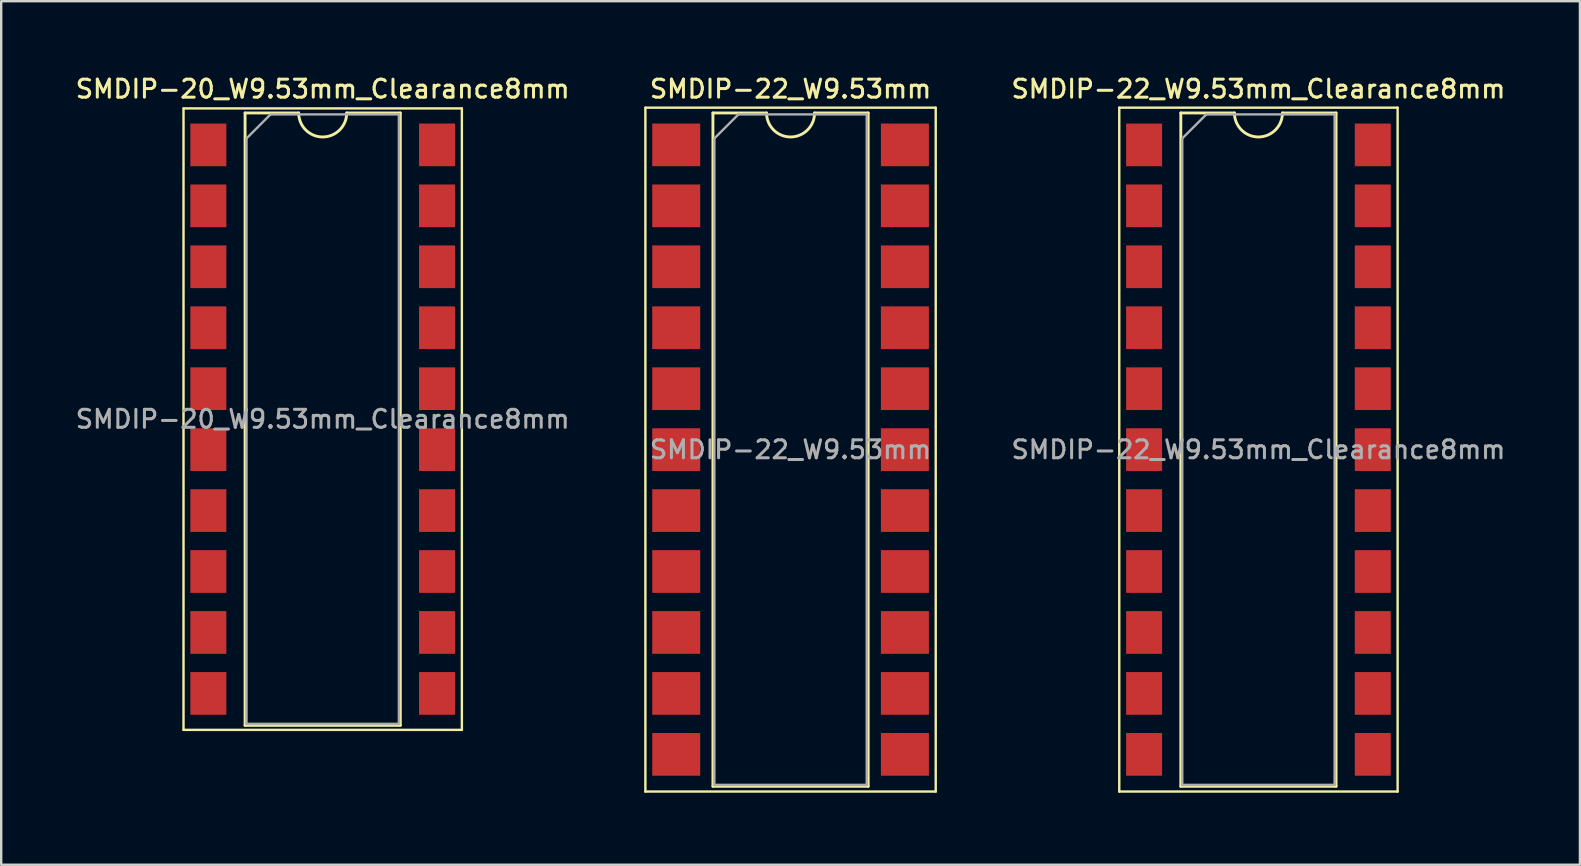
<source format=kicad_pcb>
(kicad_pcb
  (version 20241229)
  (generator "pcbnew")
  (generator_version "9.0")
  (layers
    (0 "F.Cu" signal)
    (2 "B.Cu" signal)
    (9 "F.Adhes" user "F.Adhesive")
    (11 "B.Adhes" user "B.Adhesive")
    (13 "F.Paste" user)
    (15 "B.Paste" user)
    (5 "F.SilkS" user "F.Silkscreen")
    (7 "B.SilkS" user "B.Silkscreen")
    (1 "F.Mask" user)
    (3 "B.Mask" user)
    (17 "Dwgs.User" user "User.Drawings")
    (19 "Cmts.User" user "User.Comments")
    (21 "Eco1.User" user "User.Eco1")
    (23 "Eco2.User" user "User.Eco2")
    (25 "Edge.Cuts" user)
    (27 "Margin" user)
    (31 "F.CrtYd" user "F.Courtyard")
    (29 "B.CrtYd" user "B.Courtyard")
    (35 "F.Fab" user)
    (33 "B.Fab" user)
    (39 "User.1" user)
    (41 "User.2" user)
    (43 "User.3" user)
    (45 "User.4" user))
  (footprint "SMDIP-22_W9.53mm_Clearance8mm"
    (layer "F.Cu")
    (at 49.395 15.688)
    (property "Reference" "SMDIP-22_W9.53mm_Clearance8mm" (at 0 -15.03 0) (layer "F.SilkS") (effects (font (size 0.75 0.75) (thickness 0.125))))
    (attr smd)
    (fp_line (start -5.8 -14.25) (end -5.8 14.25) (stroke (width 0.1) (type solid)) (layer "F.SilkS"))
    (fp_line (start -5.8 14.25) (end 5.8 14.25) (stroke (width 0.1) (type solid)) (layer "F.SilkS"))
    (fp_line (start -3.235 -14.03) (end -3.235 14.03) (stroke (width 0.12) (type solid)) (layer "F.SilkS"))
    (fp_line (start -3.235 14.03) (end 3.235 14.03) (stroke (width 0.12) (type solid)) (layer "F.SilkS"))
    (fp_line (start -1 -14.03) (end -3.235 -14.03) (stroke (width 0.12) (type solid)) (layer "F.SilkS"))
    (fp_line (start 3.235 -14.03) (end 1 -14.03) (stroke (width 0.12) (type solid)) (layer "F.SilkS"))
    (fp_line (start 3.235 14.03) (end 3.235 -14.03) (stroke (width 0.12) (type solid)) (layer "F.SilkS"))
    (fp_line (start 5.8 -14.25) (end -5.8 -14.25) (stroke (width 0.1) (type solid)) (layer "F.SilkS"))
    (fp_line (start 5.8 14.25) (end 5.8 -14.25) (stroke (width 0.1) (type solid)) (layer "F.SilkS"))
    (fp_arc (start 1 -14.03) (mid 0 -13.03) (end -1 -14.03) (stroke (width 0.12) (type solid)) (layer "F.SilkS"))
    (fp_line (start -3.175 -12.97) (end -2.175 -13.97) (stroke (width 0.1) (type solid)) (layer "F.Fab"))
    (fp_line (start -3.175 13.97) (end -3.175 -12.97) (stroke (width 0.1) (type solid)) (layer "F.Fab"))
    (fp_line (start -2.175 -13.97) (end 3.175 -13.97) (stroke (width 0.1) (type solid)) (layer "F.Fab"))
    (fp_line (start 3.175 -13.97) (end 3.175 13.97) (stroke (width 0.1) (type solid)) (layer "F.Fab"))
    (fp_line (start 3.175 13.97) (end -3.175 13.97) (stroke (width 0.1) (type solid)) (layer "F.Fab"))
    (fp_text user "${REFERENCE}" (at 0 0 0) (layer "F.Fab") (effects (font (size 0.75 0.75) (thickness 0.125))))
    (pad "1" smd rect (at -4.765 -12.7) (size 1.5 1.78) (layers "F.Cu" "F.Mask" "F.Paste"))
    (pad "2" smd rect (at -4.765 -10.16) (size 1.5 1.78) (layers "F.Cu" "F.Mask" "F.Paste"))
    (pad "3" smd rect (at -4.765 -7.62) (size 1.5 1.78) (layers "F.Cu" "F.Mask" "F.Paste"))
    (pad "4" smd rect (at -4.765 -5.08) (size 1.5 1.78) (layers "F.Cu" "F.Mask" "F.Paste"))
    (pad "5" smd rect (at -4.765 -2.54) (size 1.5 1.78) (layers "F.Cu" "F.Mask" "F.Paste"))
    (pad "6" smd rect (at -4.765 0) (size 1.5 1.78) (layers "F.Cu" "F.Mask" "F.Paste"))
    (pad "7" smd rect (at -4.765 2.54) (size 1.5 1.78) (layers "F.Cu" "F.Mask" "F.Paste"))
    (pad "8" smd rect (at -4.765 5.08) (size 1.5 1.78) (layers "F.Cu" "F.Mask" "F.Paste"))
    (pad "9" smd rect (at -4.765 7.62) (size 1.5 1.78) (layers "F.Cu" "F.Mask" "F.Paste"))
    (pad "10" smd rect (at -4.765 10.16) (size 1.5 1.78) (layers "F.Cu" "F.Mask" "F.Paste"))
    (pad "11" smd rect (at -4.765 12.7) (size 1.5 1.78) (layers "F.Cu" "F.Mask" "F.Paste"))
    (pad "12" smd rect (at 4.765 12.7) (size 1.5 1.78) (layers "F.Cu" "F.Mask" "F.Paste"))
    (pad "13" smd rect (at 4.765 10.16) (size 1.5 1.78) (layers "F.Cu" "F.Mask" "F.Paste"))
    (pad "14" smd rect (at 4.765 7.62) (size 1.5 1.78) (layers "F.Cu" "F.Mask" "F.Paste"))
    (pad "15" smd rect (at 4.765 5.08) (size 1.5 1.78) (layers "F.Cu" "F.Mask" "F.Paste"))
    (pad "16" smd rect (at 4.765 2.54) (size 1.5 1.78) (layers "F.Cu" "F.Mask" "F.Paste"))
    (pad "17" smd rect (at 4.765 0) (size 1.5 1.78) (layers "F.Cu" "F.Mask" "F.Paste"))
    (pad "18" smd rect (at 4.765 -2.54) (size 1.5 1.78) (layers "F.Cu" "F.Mask" "F.Paste"))
    (pad "19" smd rect (at 4.765 -5.08) (size 1.5 1.78) (layers "F.Cu" "F.Mask" "F.Paste"))
    (pad "20" smd rect (at 4.765 -7.62) (size 1.5 1.78) (layers "F.Cu" "F.Mask" "F.Paste"))
    (pad "21" smd rect (at 4.765 -10.16) (size 1.5 1.78) (layers "F.Cu" "F.Mask" "F.Paste"))
    (pad "22" smd rect (at 4.765 -12.7) (size 1.5 1.78) (layers "F.Cu" "F.Mask" "F.Paste")))
  (footprint "SMDIP-20_W9.53mm_Clearance8mm"
    (layer "F.Cu")
    (at 10.398 14.418)
    (property "Reference" "SMDIP-20_W9.53mm_Clearance8mm" (at 0 -13.76 0) (layer "F.SilkS") (effects (font (size 0.75 0.75) (thickness 0.125))))
    (attr smd)
    (fp_line (start -5.8 -12.95) (end -5.8 12.95) (stroke (width 0.1) (type solid)) (layer "F.SilkS"))
    (fp_line (start -5.8 12.95) (end 5.8 12.95) (stroke (width 0.1) (type solid)) (layer "F.SilkS"))
    (fp_line (start -3.235 -12.76) (end -3.235 12.76) (stroke (width 0.12) (type solid)) (layer "F.SilkS"))
    (fp_line (start -3.235 12.76) (end 3.235 12.76) (stroke (width 0.12) (type solid)) (layer "F.SilkS"))
    (fp_line (start -1 -12.76) (end -3.235 -12.76) (stroke (width 0.12) (type solid)) (layer "F.SilkS"))
    (fp_line (start 3.235 -12.76) (end 1 -12.76) (stroke (width 0.12) (type solid)) (layer "F.SilkS"))
    (fp_line (start 3.235 12.76) (end 3.235 -12.76) (stroke (width 0.12) (type solid)) (layer "F.SilkS"))
    (fp_line (start 5.8 -12.95) (end -5.8 -12.95) (stroke (width 0.1) (type solid)) (layer "F.SilkS"))
    (fp_line (start 5.8 12.95) (end 5.8 -12.95) (stroke (width 0.1) (type solid)) (layer "F.SilkS"))
    (fp_arc (start 1 -12.76) (mid 0 -11.76) (end -1 -12.76) (stroke (width 0.12) (type solid)) (layer "F.SilkS"))
    (fp_line (start -3.175 -11.7) (end -2.175 -12.7) (stroke (width 0.1) (type solid)) (layer "F.Fab"))
    (fp_line (start -3.175 12.7) (end -3.175 -11.7) (stroke (width 0.1) (type solid)) (layer "F.Fab"))
    (fp_line (start -2.175 -12.7) (end 3.175 -12.7) (stroke (width 0.1) (type solid)) (layer "F.Fab"))
    (fp_line (start 3.175 -12.7) (end 3.175 12.7) (stroke (width 0.1) (type solid)) (layer "F.Fab"))
    (fp_line (start 3.175 12.7) (end -3.175 12.7) (stroke (width 0.1) (type solid)) (layer "F.Fab"))
    (fp_text user "${REFERENCE}" (at 0 0 0) (layer "F.Fab") (effects (font (size 0.75 0.75) (thickness 0.125))))
    (pad "1" smd rect (at -4.765 -11.43) (size 1.5 1.78) (layers "F.Cu" "F.Mask" "F.Paste"))
    (pad "2" smd rect (at -4.765 -8.89) (size 1.5 1.78) (layers "F.Cu" "F.Mask" "F.Paste"))
    (pad "3" smd rect (at -4.765 -6.35) (size 1.5 1.78) (layers "F.Cu" "F.Mask" "F.Paste"))
    (pad "4" smd rect (at -4.765 -3.81) (size 1.5 1.78) (layers "F.Cu" "F.Mask" "F.Paste"))
    (pad "5" smd rect (at -4.765 -1.27) (size 1.5 1.78) (layers "F.Cu" "F.Mask" "F.Paste"))
    (pad "6" smd rect (at -4.765 1.27) (size 1.5 1.78) (layers "F.Cu" "F.Mask" "F.Paste"))
    (pad "7" smd rect (at -4.765 3.81) (size 1.5 1.78) (layers "F.Cu" "F.Mask" "F.Paste"))
    (pad "8" smd rect (at -4.765 6.35) (size 1.5 1.78) (layers "F.Cu" "F.Mask" "F.Paste"))
    (pad "9" smd rect (at -4.765 8.89) (size 1.5 1.78) (layers "F.Cu" "F.Mask" "F.Paste"))
    (pad "10" smd rect (at -4.765 11.43) (size 1.5 1.78) (layers "F.Cu" "F.Mask" "F.Paste"))
    (pad "11" smd rect (at 4.765 11.43) (size 1.5 1.78) (layers "F.Cu" "F.Mask" "F.Paste"))
    (pad "12" smd rect (at 4.765 8.89) (size 1.5 1.78) (layers "F.Cu" "F.Mask" "F.Paste"))
    (pad "13" smd rect (at 4.765 6.35) (size 1.5 1.78) (layers "F.Cu" "F.Mask" "F.Paste"))
    (pad "14" smd rect (at 4.765 3.81) (size 1.5 1.78) (layers "F.Cu" "F.Mask" "F.Paste"))
    (pad "15" smd rect (at 4.765 1.27) (size 1.5 1.78) (layers "F.Cu" "F.Mask" "F.Paste"))
    (pad "16" smd rect (at 4.765 -1.27) (size 1.5 1.78) (layers "F.Cu" "F.Mask" "F.Paste"))
    (pad "17" smd rect (at 4.765 -3.81) (size 1.5 1.78) (layers "F.Cu" "F.Mask" "F.Paste"))
    (pad "18" smd rect (at 4.765 -6.35) (size 1.5 1.78) (layers "F.Cu" "F.Mask" "F.Paste"))
    (pad "19" smd rect (at 4.765 -8.89) (size 1.5 1.78) (layers "F.Cu" "F.Mask" "F.Paste"))
    (pad "20" smd rect (at 4.765 -11.43) (size 1.5 1.78) (layers "F.Cu" "F.Mask" "F.Paste")))
  (footprint "SMDIP-22_W9.53mm"
    (layer "F.Cu")
    (at 29.896 15.688)
    (property "Reference" "SMDIP-22_W9.53mm" (at 0 -15.03 0) (layer "F.SilkS") (effects (font (size 0.75 0.75) (thickness 0.125))))
    (attr smd)
    (fp_line (start -6.05 -14.25) (end -6.05 14.25) (stroke (width 0.1) (type solid)) (layer "F.SilkS"))
    (fp_line (start -6.05 14.25) (end 6.05 14.25) (stroke (width 0.1) (type solid)) (layer "F.SilkS"))
    (fp_line (start -3.235 -14.03) (end -3.235 14.03) (stroke (width 0.12) (type solid)) (layer "F.SilkS"))
    (fp_line (start -3.235 14.03) (end 3.235 14.03) (stroke (width 0.12) (type solid)) (layer "F.SilkS"))
    (fp_line (start -1 -14.03) (end -3.235 -14.03) (stroke (width 0.12) (type solid)) (layer "F.SilkS"))
    (fp_line (start 3.235 -14.03) (end 1 -14.03) (stroke (width 0.12) (type solid)) (layer "F.SilkS"))
    (fp_line (start 3.235 14.03) (end 3.235 -14.03) (stroke (width 0.12) (type solid)) (layer "F.SilkS"))
    (fp_line (start 6.05 -14.25) (end -6.05 -14.25) (stroke (width 0.1) (type solid)) (layer "F.SilkS"))
    (fp_line (start 6.05 14.25) (end 6.05 -14.25) (stroke (width 0.1) (type solid)) (layer "F.SilkS"))
    (fp_arc (start 1 -14.03) (mid 0 -13.03) (end -1 -14.03) (stroke (width 0.12) (type solid)) (layer "F.SilkS"))
    (fp_line (start -3.175 -12.97) (end -2.175 -13.97) (stroke (width 0.1) (type solid)) (layer "F.Fab"))
    (fp_line (start -3.175 13.97) (end -3.175 -12.97) (stroke (width 0.1) (type solid)) (layer "F.Fab"))
    (fp_line (start -2.175 -13.97) (end 3.175 -13.97) (stroke (width 0.1) (type solid)) (layer "F.Fab"))
    (fp_line (start 3.175 -13.97) (end 3.175 13.97) (stroke (width 0.1) (type solid)) (layer "F.Fab"))
    (fp_line (start 3.175 13.97) (end -3.175 13.97) (stroke (width 0.1) (type solid)) (layer "F.Fab"))
    (fp_text user "${REFERENCE}" (at 0 0 0) (layer "F.Fab") (effects (font (size 0.75 0.75) (thickness 0.125))))
    (pad "1" smd rect (at -4.765 -12.7) (size 2 1.78) (layers "F.Cu" "F.Mask" "F.Paste"))
    (pad "2" smd rect (at -4.765 -10.16) (size 2 1.78) (layers "F.Cu" "F.Mask" "F.Paste"))
    (pad "3" smd rect (at -4.765 -7.62) (size 2 1.78) (layers "F.Cu" "F.Mask" "F.Paste"))
    (pad "4" smd rect (at -4.765 -5.08) (size 2 1.78) (layers "F.Cu" "F.Mask" "F.Paste"))
    (pad "5" smd rect (at -4.765 -2.54) (size 2 1.78) (layers "F.Cu" "F.Mask" "F.Paste"))
    (pad "6" smd rect (at -4.765 0) (size 2 1.78) (layers "F.Cu" "F.Mask" "F.Paste"))
    (pad "7" smd rect (at -4.765 2.54) (size 2 1.78) (layers "F.Cu" "F.Mask" "F.Paste"))
    (pad "8" smd rect (at -4.765 5.08) (size 2 1.78) (layers "F.Cu" "F.Mask" "F.Paste"))
    (pad "9" smd rect (at -4.765 7.62) (size 2 1.78) (layers "F.Cu" "F.Mask" "F.Paste"))
    (pad "10" smd rect (at -4.765 10.16) (size 2 1.78) (layers "F.Cu" "F.Mask" "F.Paste"))
    (pad "11" smd rect (at -4.765 12.7) (size 2 1.78) (layers "F.Cu" "F.Mask" "F.Paste"))
    (pad "12" smd rect (at 4.765 12.7) (size 2 1.78) (layers "F.Cu" "F.Mask" "F.Paste"))
    (pad "13" smd rect (at 4.765 10.16) (size 2 1.78) (layers "F.Cu" "F.Mask" "F.Paste"))
    (pad "14" smd rect (at 4.765 7.62) (size 2 1.78) (layers "F.Cu" "F.Mask" "F.Paste"))
    (pad "15" smd rect (at 4.765 5.08) (size 2 1.78) (layers "F.Cu" "F.Mask" "F.Paste"))
    (pad "16" smd rect (at 4.765 2.54) (size 2 1.78) (layers "F.Cu" "F.Mask" "F.Paste"))
    (pad "17" smd rect (at 4.765 0) (size 2 1.78) (layers "F.Cu" "F.Mask" "F.Paste"))
    (pad "18" smd rect (at 4.765 -2.54) (size 2 1.78) (layers "F.Cu" "F.Mask" "F.Paste"))
    (pad "19" smd rect (at 4.765 -5.08) (size 2 1.78) (layers "F.Cu" "F.Mask" "F.Paste"))
    (pad "20" smd rect (at 4.765 -7.62) (size 2 1.78) (layers "F.Cu" "F.Mask" "F.Paste"))
    (pad "21" smd rect (at 4.765 -10.16) (size 2 1.78) (layers "F.Cu" "F.Mask" "F.Paste"))
    (pad "22" smd rect (at 4.765 -12.7) (size 2 1.78) (layers "F.Cu" "F.Mask" "F.Paste")))
  (gr_rect
    (start -3 -3)
    (end 62.793 32.988)
    (stroke (width 0.1) (type default))
    (fill no)
    (layer "Edge.Cuts")))
</source>
